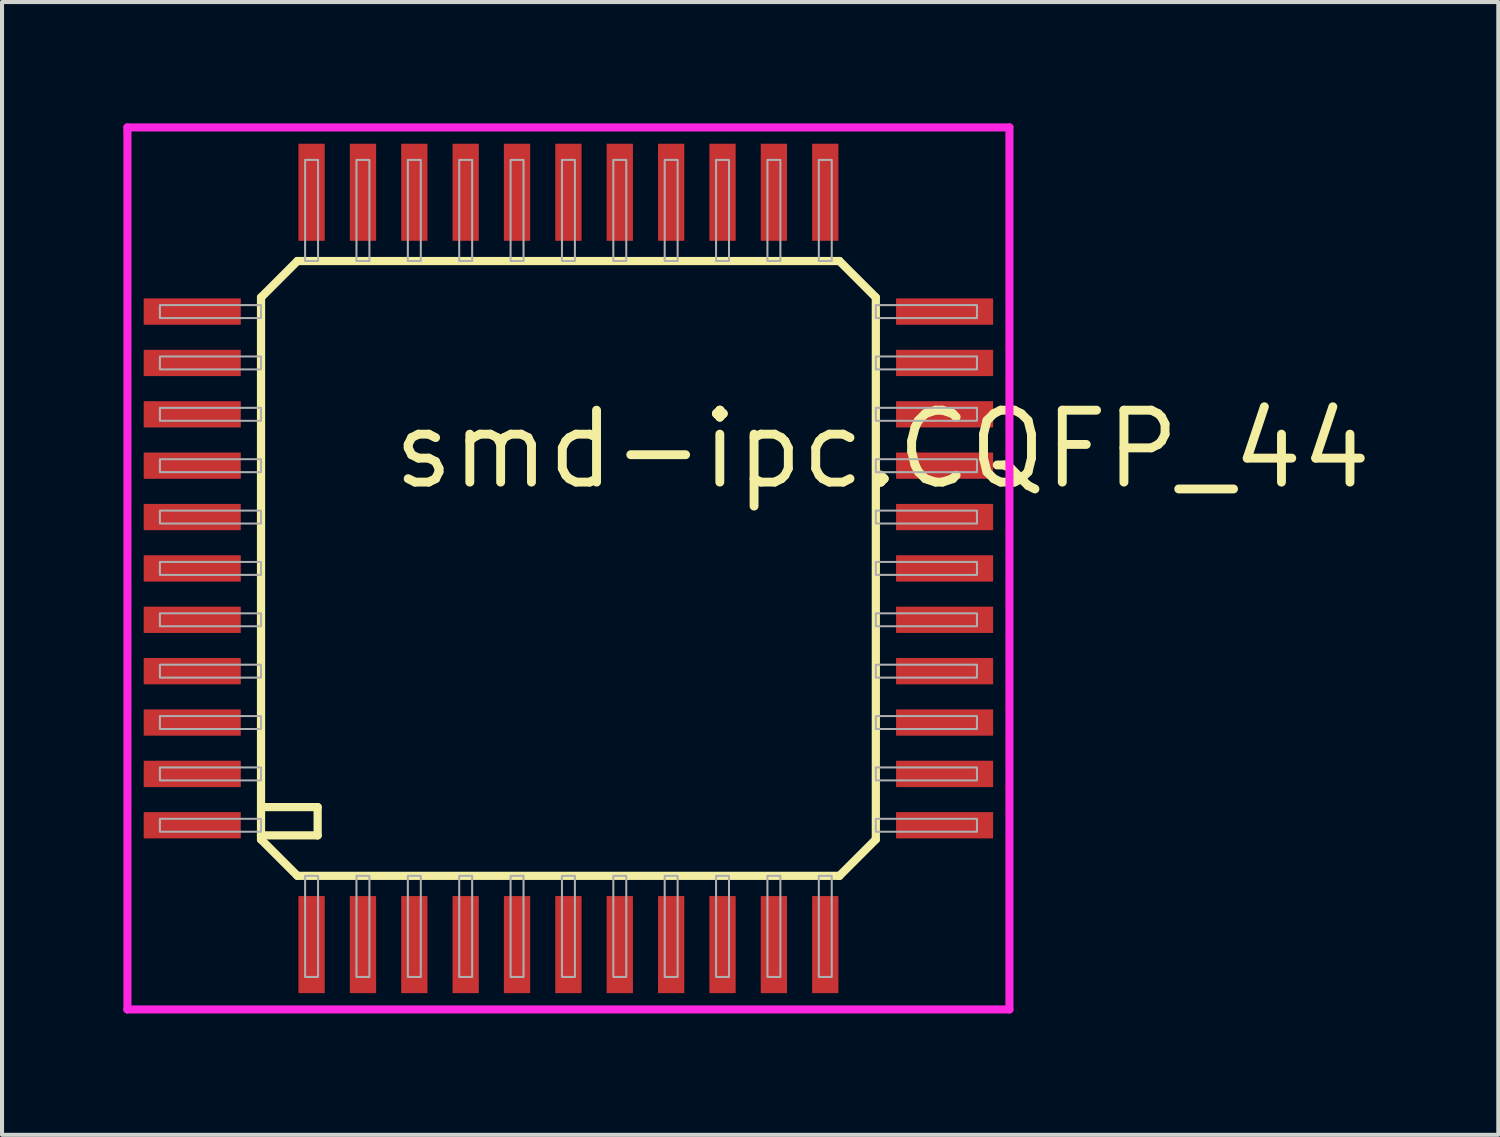
<source format=kicad_pcb>
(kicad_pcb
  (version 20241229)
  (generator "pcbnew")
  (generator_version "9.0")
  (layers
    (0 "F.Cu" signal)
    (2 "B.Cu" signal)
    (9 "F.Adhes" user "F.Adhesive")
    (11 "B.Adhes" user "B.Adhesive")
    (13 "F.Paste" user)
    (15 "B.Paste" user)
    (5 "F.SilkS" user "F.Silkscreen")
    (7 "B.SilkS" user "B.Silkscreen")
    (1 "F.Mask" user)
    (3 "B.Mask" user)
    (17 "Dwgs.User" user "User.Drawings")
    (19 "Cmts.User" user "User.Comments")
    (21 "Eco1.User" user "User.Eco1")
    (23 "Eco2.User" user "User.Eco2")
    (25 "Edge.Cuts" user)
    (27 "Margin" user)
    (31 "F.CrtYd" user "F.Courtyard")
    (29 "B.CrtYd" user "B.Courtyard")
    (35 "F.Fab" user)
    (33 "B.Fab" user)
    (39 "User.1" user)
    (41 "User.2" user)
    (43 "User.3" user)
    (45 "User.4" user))
  (footprint "smd-ipc.CQFP_44"
    (layer "F.Cu")
    (at 11.003 11.003)
    (property "Reference" "smd-ipc.CQFP_44" (at -4.445 -1.905 0) (layer "F.SilkS") (effects (font (size 1.778 1.778) (thickness 0.22)) (justify left bottom)))
    (attr smd)
    (fp_line (start -7.6 -6.7) (end -7.6 6.6) (stroke (width 0.203) (type default)) (layer "F.SilkS"))
    (fp_line (start -7.6 -6.7) (end -6.7 -7.6) (stroke (width 0.203) (type default)) (layer "F.SilkS"))
    (fp_line (start -7.6 6.6) (end -7.6 6.7) (stroke (width 0.203) (type default)) (layer "F.SilkS"))
    (fp_line (start -7.6 6.6) (end -6.2 6.6) (stroke (width 0.203) (type default)) (layer "F.SilkS"))
    (fp_line (start -7.6 6.7) (end -6.7 7.6) (stroke (width 0.203) (type default)) (layer "F.SilkS"))
    (fp_line (start -6.7 7.6) (end 6.7 7.6) (stroke (width 0.203) (type default)) (layer "F.SilkS"))
    (fp_line (start -6.2 5.9) (end -7.5 5.9) (stroke (width 0.203) (type default)) (layer "F.SilkS"))
    (fp_line (start -6.2 6.6) (end -6.2 5.9) (stroke (width 0.203) (type default)) (layer "F.SilkS"))
    (fp_line (start 6.7 -7.6) (end -6.7 -7.6) (stroke (width 0.203) (type default)) (layer "F.SilkS"))
    (fp_line (start 6.7 -7.6) (end 7.6 -6.7) (stroke (width 0.203) (type default)) (layer "F.SilkS"))
    (fp_line (start 6.7 7.6) (end 7.6 6.7) (stroke (width 0.203) (type default)) (layer "F.SilkS"))
    (fp_line (start 7.6 6.7) (end 7.6 -6.7) (stroke (width 0.203) (type default)) (layer "F.SilkS"))
    (fp_line (start -10.903 -10.903) (end 10.903 -10.903) (stroke (width 0.2) (type default)) (layer "F.CrtYd"))
    (fp_line (start -10.903 10.903) (end -10.903 -10.903) (stroke (width 0.2) (type default)) (layer "F.CrtYd"))
    (fp_line (start 10.903 -10.903) (end 10.903 10.903) (stroke (width 0.2) (type default)) (layer "F.CrtYd"))
    (fp_line (start 10.903 10.903) (end -10.903 10.903) (stroke (width 0.2) (type default)) (layer "F.CrtYd"))
    (fp_rect (start -10.1 -6.19) (end -7.6 -6.51) (stroke (width 0.05) (type default)) (fill no) (layer "F.Fab"))
    (fp_rect (start -10.1 -4.92) (end -7.6 -5.24) (stroke (width 0.05) (type default)) (fill no) (layer "F.Fab"))
    (fp_rect (start -10.1 -3.65) (end -7.6 -3.97) (stroke (width 0.05) (type default)) (fill no) (layer "F.Fab"))
    (fp_rect (start -10.1 -2.38) (end -7.6 -2.7) (stroke (width 0.05) (type default)) (fill no) (layer "F.Fab"))
    (fp_rect (start -10.1 -1.11) (end -7.6 -1.43) (stroke (width 0.05) (type default)) (fill no) (layer "F.Fab"))
    (fp_rect (start -10.1 0.16) (end -7.6 -0.16) (stroke (width 0.05) (type default)) (fill no) (layer "F.Fab"))
    (fp_rect (start -10.1 1.43) (end -7.6 1.11) (stroke (width 0.05) (type default)) (fill no) (layer "F.Fab"))
    (fp_rect (start -10.1 2.7) (end -7.6 2.38) (stroke (width 0.05) (type default)) (fill no) (layer "F.Fab"))
    (fp_rect (start -10.1 3.97) (end -7.6 3.65) (stroke (width 0.05) (type default)) (fill no) (layer "F.Fab"))
    (fp_rect (start -10.1 5.24) (end -7.6 4.92) (stroke (width 0.05) (type default)) (fill no) (layer "F.Fab"))
    (fp_rect (start -10.1 6.51) (end -7.6 6.19) (stroke (width 0.05) (type default)) (fill no) (layer "F.Fab"))
    (fp_rect (start -6.51 -7.6) (end -6.19 -10.1) (stroke (width 0.05) (type default)) (fill no) (layer "F.Fab"))
    (fp_rect (start -6.51 10.1) (end -6.19 7.6) (stroke (width 0.05) (type default)) (fill no) (layer "F.Fab"))
    (fp_rect (start -5.24 -7.6) (end -4.92 -10.1) (stroke (width 0.05) (type default)) (fill no) (layer "F.Fab"))
    (fp_rect (start -5.24 10.1) (end -4.92 7.6) (stroke (width 0.05) (type default)) (fill no) (layer "F.Fab"))
    (fp_rect (start -3.97 -7.6) (end -3.65 -10.1) (stroke (width 0.05) (type default)) (fill no) (layer "F.Fab"))
    (fp_rect (start -3.97 10.1) (end -3.65 7.6) (stroke (width 0.05) (type default)) (fill no) (layer "F.Fab"))
    (fp_rect (start -2.7 -7.6) (end -2.38 -10.1) (stroke (width 0.05) (type default)) (fill no) (layer "F.Fab"))
    (fp_rect (start -2.7 10.1) (end -2.38 7.6) (stroke (width 0.05) (type default)) (fill no) (layer "F.Fab"))
    (fp_rect (start -1.43 -7.6) (end -1.11 -10.1) (stroke (width 0.05) (type default)) (fill no) (layer "F.Fab"))
    (fp_rect (start -1.43 10.1) (end -1.11 7.6) (stroke (width 0.05) (type default)) (fill no) (layer "F.Fab"))
    (fp_rect (start -0.16 -7.6) (end 0.16 -10.1) (stroke (width 0.05) (type default)) (fill no) (layer "F.Fab"))
    (fp_rect (start -0.16 10.1) (end 0.16 7.6) (stroke (width 0.05) (type default)) (fill no) (layer "F.Fab"))
    (fp_rect (start 1.11 -7.6) (end 1.43 -10.1) (stroke (width 0.05) (type default)) (fill no) (layer "F.Fab"))
    (fp_rect (start 1.11 10.1) (end 1.43 7.6) (stroke (width 0.05) (type default)) (fill no) (layer "F.Fab"))
    (fp_rect (start 2.38 -7.6) (end 2.7 -10.1) (stroke (width 0.05) (type default)) (fill no) (layer "F.Fab"))
    (fp_rect (start 2.38 10.1) (end 2.7 7.6) (stroke (width 0.05) (type default)) (fill no) (layer "F.Fab"))
    (fp_rect (start 3.65 -7.6) (end 3.97 -10.1) (stroke (width 0.05) (type default)) (fill no) (layer "F.Fab"))
    (fp_rect (start 3.65 10.1) (end 3.97 7.6) (stroke (width 0.05) (type default)) (fill no) (layer "F.Fab"))
    (fp_rect (start 4.92 -7.6) (end 5.24 -10.1) (stroke (width 0.05) (type default)) (fill no) (layer "F.Fab"))
    (fp_rect (start 4.92 10.1) (end 5.24 7.6) (stroke (width 0.05) (type default)) (fill no) (layer "F.Fab"))
    (fp_rect (start 6.19 -7.6) (end 6.51 -10.1) (stroke (width 0.05) (type default)) (fill no) (layer "F.Fab"))
    (fp_rect (start 6.19 10.1) (end 6.51 7.6) (stroke (width 0.05) (type default)) (fill no) (layer "F.Fab"))
    (fp_rect (start 7.6 -6.19) (end 10.1 -6.51) (stroke (width 0.05) (type default)) (fill no) (layer "F.Fab"))
    (fp_rect (start 7.6 -4.92) (end 10.1 -5.24) (stroke (width 0.05) (type default)) (fill no) (layer "F.Fab"))
    (fp_rect (start 7.6 -3.65) (end 10.1 -3.97) (stroke (width 0.05) (type default)) (fill no) (layer "F.Fab"))
    (fp_rect (start 7.6 -2.38) (end 10.1 -2.7) (stroke (width 0.05) (type default)) (fill no) (layer "F.Fab"))
    (fp_rect (start 7.6 -1.11) (end 10.1 -1.43) (stroke (width 0.05) (type default)) (fill no) (layer "F.Fab"))
    (fp_rect (start 7.6 0.16) (end 10.1 -0.16) (stroke (width 0.05) (type default)) (fill no) (layer "F.Fab"))
    (fp_rect (start 7.6 1.43) (end 10.1 1.11) (stroke (width 0.05) (type default)) (fill no) (layer "F.Fab"))
    (fp_rect (start 7.6 2.7) (end 10.1 2.38) (stroke (width 0.05) (type default)) (fill no) (layer "F.Fab"))
    (fp_rect (start 7.6 3.97) (end 10.1 3.65) (stroke (width 0.05) (type default)) (fill no) (layer "F.Fab"))
    (fp_rect (start 7.6 5.24) (end 10.1 4.92) (stroke (width 0.05) (type default)) (fill no) (layer "F.Fab"))
    (fp_rect (start 7.6 6.51) (end 10.1 6.19) (stroke (width 0.05) (type default)) (fill no) (layer "F.Fab"))
    (pad "1" smd roundrect (at -6.35 9.3) (size 0.65 2.4) (layers "F.Cu" "F.Mask" "F.Paste") (roundrect_rratio 0.01))
    (pad "2" smd roundrect (at -5.08 9.3) (size 0.65 2.4) (layers "F.Cu" "F.Mask" "F.Paste") (roundrect_rratio 0.01))
    (pad "3" smd roundrect (at -3.81 9.3) (size 0.65 2.4) (layers "F.Cu" "F.Mask" "F.Paste") (roundrect_rratio 0.01))
    (pad "4" smd roundrect (at -2.54 9.3) (size 0.65 2.4) (layers "F.Cu" "F.Mask" "F.Paste") (roundrect_rratio 0.01))
    (pad "5" smd roundrect (at -1.27 9.3) (size 0.65 2.4) (layers "F.Cu" "F.Mask" "F.Paste") (roundrect_rratio 0.01))
    (pad "6" smd roundrect (at 0 9.3) (size 0.65 2.4) (layers "F.Cu" "F.Mask" "F.Paste") (roundrect_rratio 0.01))
    (pad "7" smd roundrect (at 1.27 9.3) (size 0.65 2.4) (layers "F.Cu" "F.Mask" "F.Paste") (roundrect_rratio 0.01))
    (pad "8" smd roundrect (at 2.54 9.3) (size 0.65 2.4) (layers "F.Cu" "F.Mask" "F.Paste") (roundrect_rratio 0.01))
    (pad "9" smd roundrect (at 3.81 9.3) (size 0.65 2.4) (layers "F.Cu" "F.Mask" "F.Paste") (roundrect_rratio 0.01))
    (pad "10" smd roundrect (at 5.08 9.3) (size 0.65 2.4) (layers "F.Cu" "F.Mask" "F.Paste") (roundrect_rratio 0.01))
    (pad "11" smd roundrect (at 6.35 9.3) (size 0.65 2.4) (layers "F.Cu" "F.Mask" "F.Paste") (roundrect_rratio 0.01))
    (pad "12" smd roundrect (at 9.3 6.35) (size 2.4 0.65) (layers "F.Cu" "F.Mask" "F.Paste") (roundrect_rratio 0.01))
    (pad "13" smd roundrect (at 9.3 5.08) (size 2.4 0.65) (layers "F.Cu" "F.Mask" "F.Paste") (roundrect_rratio 0.01))
    (pad "14" smd roundrect (at 9.3 3.81) (size 2.4 0.65) (layers "F.Cu" "F.Mask" "F.Paste") (roundrect_rratio 0.01))
    (pad "15" smd roundrect (at 9.3 2.54) (size 2.4 0.65) (layers "F.Cu" "F.Mask" "F.Paste") (roundrect_rratio 0.01))
    (pad "16" smd roundrect (at 9.3 1.27) (size 2.4 0.65) (layers "F.Cu" "F.Mask" "F.Paste") (roundrect_rratio 0.01))
    (pad "17" smd roundrect (at 9.3 0) (size 2.4 0.65) (layers "F.Cu" "F.Mask" "F.Paste") (roundrect_rratio 0.01))
    (pad "18" smd roundrect (at 9.3 -1.27) (size 2.4 0.65) (layers "F.Cu" "F.Mask" "F.Paste") (roundrect_rratio 0.01))
    (pad "19" smd roundrect (at 9.3 -2.54) (size 2.4 0.65) (layers "F.Cu" "F.Mask" "F.Paste") (roundrect_rratio 0.01))
    (pad "20" smd roundrect (at 9.3 -3.81) (size 2.4 0.65) (layers "F.Cu" "F.Mask" "F.Paste") (roundrect_rratio 0.01))
    (pad "21" smd roundrect (at 9.3 -5.08) (size 2.4 0.65) (layers "F.Cu" "F.Mask" "F.Paste") (roundrect_rratio 0.01))
    (pad "22" smd roundrect (at 9.3 -6.35) (size 2.4 0.65) (layers "F.Cu" "F.Mask" "F.Paste") (roundrect_rratio 0.01))
    (pad "23" smd roundrect (at 6.35 -9.3) (size 0.65 2.4) (layers "F.Cu" "F.Mask" "F.Paste") (roundrect_rratio 0.01))
    (pad "24" smd roundrect (at 5.08 -9.3) (size 0.65 2.4) (layers "F.Cu" "F.Mask" "F.Paste") (roundrect_rratio 0.01))
    (pad "25" smd roundrect (at 3.81 -9.3) (size 0.65 2.4) (layers "F.Cu" "F.Mask" "F.Paste") (roundrect_rratio 0.01))
    (pad "26" smd roundrect (at 2.54 -9.3) (size 0.65 2.4) (layers "F.Cu" "F.Mask" "F.Paste") (roundrect_rratio 0.01))
    (pad "27" smd roundrect (at 1.27 -9.3) (size 0.65 2.4) (layers "F.Cu" "F.Mask" "F.Paste") (roundrect_rratio 0.01))
    (pad "28" smd roundrect (at 0 -9.3) (size 0.65 2.4) (layers "F.Cu" "F.Mask" "F.Paste") (roundrect_rratio 0.01))
    (pad "29" smd roundrect (at -1.27 -9.3) (size 0.65 2.4) (layers "F.Cu" "F.Mask" "F.Paste") (roundrect_rratio 0.01))
    (pad "30" smd roundrect (at -2.54 -9.3) (size 0.65 2.4) (layers "F.Cu" "F.Mask" "F.Paste") (roundrect_rratio 0.01))
    (pad "31" smd roundrect (at -3.81 -9.3) (size 0.65 2.4) (layers "F.Cu" "F.Mask" "F.Paste") (roundrect_rratio 0.01))
    (pad "32" smd roundrect (at -5.08 -9.3) (size 0.65 2.4) (layers "F.Cu" "F.Mask" "F.Paste") (roundrect_rratio 0.01))
    (pad "33" smd roundrect (at -6.35 -9.3) (size 0.65 2.4) (layers "F.Cu" "F.Mask" "F.Paste") (roundrect_rratio 0.01))
    (pad "34" smd roundrect (at -9.3 -6.35) (size 2.4 0.65) (layers "F.Cu" "F.Mask" "F.Paste") (roundrect_rratio 0.01))
    (pad "35" smd roundrect (at -9.3 -5.08) (size 2.4 0.65) (layers "F.Cu" "F.Mask" "F.Paste") (roundrect_rratio 0.01))
    (pad "36" smd roundrect (at -9.3 -3.81) (size 2.4 0.65) (layers "F.Cu" "F.Mask" "F.Paste") (roundrect_rratio 0.01))
    (pad "37" smd roundrect (at -9.3 -2.54) (size 2.4 0.65) (layers "F.Cu" "F.Mask" "F.Paste") (roundrect_rratio 0.01))
    (pad "38" smd roundrect (at -9.3 -1.27) (size 2.4 0.65) (layers "F.Cu" "F.Mask" "F.Paste") (roundrect_rratio 0.01))
    (pad "39" smd roundrect (at -9.3 0) (size 2.4 0.65) (layers "F.Cu" "F.Mask" "F.Paste") (roundrect_rratio 0.01))
    (pad "40" smd roundrect (at -9.3 1.27) (size 2.4 0.65) (layers "F.Cu" "F.Mask" "F.Paste") (roundrect_rratio 0.01))
    (pad "41" smd roundrect (at -9.3 2.54) (size 2.4 0.65) (layers "F.Cu" "F.Mask" "F.Paste") (roundrect_rratio 0.01))
    (pad "42" smd roundrect (at -9.3 3.81) (size 2.4 0.65) (layers "F.Cu" "F.Mask" "F.Paste") (roundrect_rratio 0.01))
    (pad "43" smd roundrect (at -9.3 5.08) (size 2.4 0.65) (layers "F.Cu" "F.Mask" "F.Paste") (roundrect_rratio 0.01))
    (pad "44" smd roundrect (at -9.3 6.35) (size 2.4 0.65) (layers "F.Cu" "F.Mask" "F.Paste") (roundrect_rratio 0.01)))
  (gr_rect
    (start -3 -3)
    (end 33.992 25.006)
    (stroke (width 0.1) (type default))
    (fill no)
    (layer "Edge.Cuts")))
</source>
